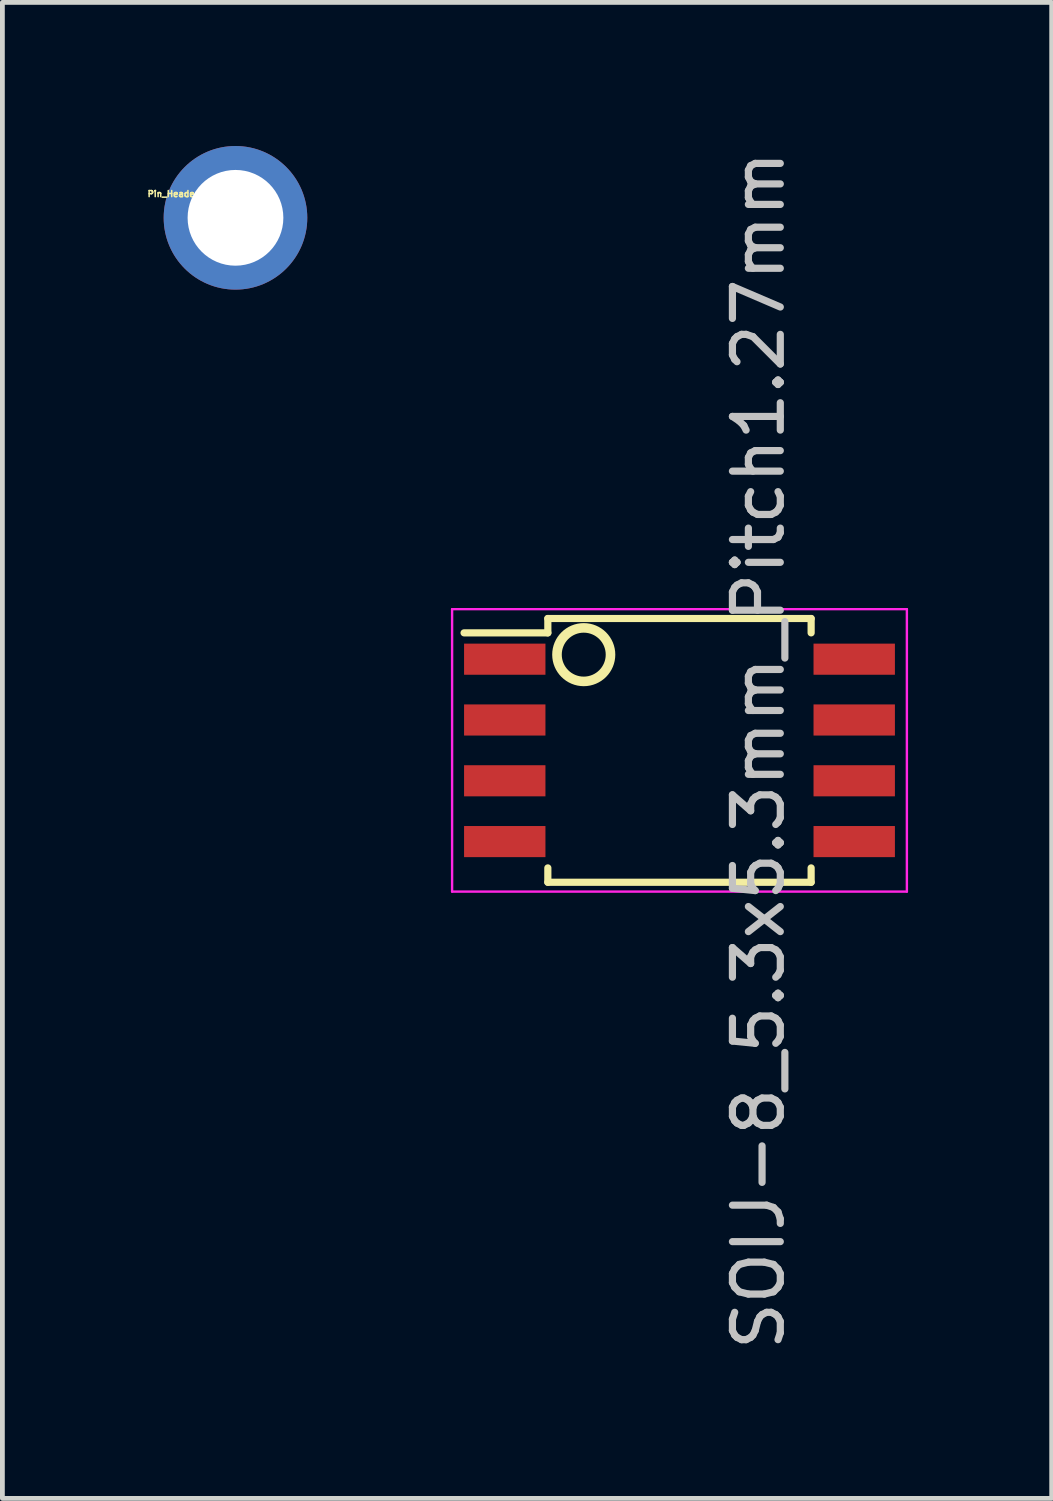
<source format=kicad_pcb>
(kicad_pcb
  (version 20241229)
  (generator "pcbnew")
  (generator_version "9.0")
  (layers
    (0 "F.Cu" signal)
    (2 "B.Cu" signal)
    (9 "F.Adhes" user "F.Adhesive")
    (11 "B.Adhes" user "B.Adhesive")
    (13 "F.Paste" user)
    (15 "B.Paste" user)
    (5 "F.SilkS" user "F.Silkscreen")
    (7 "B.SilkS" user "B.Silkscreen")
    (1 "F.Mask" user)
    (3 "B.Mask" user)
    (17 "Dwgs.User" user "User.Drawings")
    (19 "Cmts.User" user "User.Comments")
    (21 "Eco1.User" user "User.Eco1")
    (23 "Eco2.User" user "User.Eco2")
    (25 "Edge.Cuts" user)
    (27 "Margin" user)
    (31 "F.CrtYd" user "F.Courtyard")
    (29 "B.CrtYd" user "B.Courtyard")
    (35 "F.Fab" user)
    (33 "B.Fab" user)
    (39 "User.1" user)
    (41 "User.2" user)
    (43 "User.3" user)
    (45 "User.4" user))
  (footprint "SOIJ-8_5.3x5.3mm_Pitch1.27mm"
    (layer "F.Cu")
    (at 11.144 12.625)
    (property "Reference" "SOIJ-8_5.3x5.3mm_Pitch1.27mm" (at 1.651 0 90) (layer "Dwgs.User") (effects (font (size 1 1) (thickness 0.15))))
    (attr smd)
    (fp_line (start -2.75 -2.755) (end -2.75 -2.455) (stroke (width 0.15) (type solid)) (layer "F.SilkS"))
    (fp_line (start -2.75 -2.755) (end 2.75 -2.755) (stroke (width 0.15) (type solid)) (layer "F.SilkS"))
    (fp_line (start -2.75 -2.455) (end -4.5 -2.455) (stroke (width 0.15) (type solid)) (layer "F.SilkS"))
    (fp_line (start -2.75 2.755) (end -2.75 2.455) (stroke (width 0.15) (type solid)) (layer "F.SilkS"))
    (fp_line (start -2.75 2.755) (end 2.75 2.755) (stroke (width 0.15) (type solid)) (layer "F.SilkS"))
    (fp_line (start 2.75 -2.755) (end 2.75 -2.455) (stroke (width 0.15) (type solid)) (layer "F.SilkS"))
    (fp_line (start 2.75 2.755) (end 2.75 2.455) (stroke (width 0.15) (type solid)) (layer "F.SilkS"))
    (fp_circle (center -2 -2) (end -2.25 -2.5) (stroke (width 0.2) (type solid)) (fill no) (layer "F.SilkS"))
    (fp_line (start -4.75 -2.95) (end -4.75 2.95) (stroke (width 0.05) (type solid)) (layer "F.CrtYd"))
    (fp_line (start -4.75 -2.95) (end 4.75 -2.95) (stroke (width 0.05) (type solid)) (layer "F.CrtYd"))
    (fp_line (start -4.75 2.95) (end 4.75 2.95) (stroke (width 0.05) (type solid)) (layer "F.CrtYd"))
    (fp_line (start 4.75 -2.95) (end 4.75 2.95) (stroke (width 0.05) (type solid)) (layer "F.CrtYd"))
    (pad "1" smd rect (at -3.65 -1.905) (size 1.7 0.65) (layers "F.Cu" "F.Mask" "F.Paste"))
    (pad "2" smd rect (at -3.65 -0.635) (size 1.7 0.65) (layers "F.Cu" "F.Mask" "F.Paste"))
    (pad "3" smd rect (at -3.65 0.635) (size 1.7 0.65) (layers "F.Cu" "F.Mask" "F.Paste"))
    (pad "4" smd rect (at -3.65 1.905) (size 1.7 0.65) (layers "F.Cu" "F.Mask" "F.Paste"))
    (pad "5" smd rect (at 3.65 1.905) (size 1.7 0.65) (layers "F.Cu" "F.Mask" "F.Paste"))
    (pad "6" smd rect (at 3.65 0.635) (size 1.7 0.65) (layers "F.Cu" "F.Mask" "F.Paste"))
    (pad "7" smd rect (at 3.65 -0.635) (size 1.7 0.65) (layers "F.Cu" "F.Mask" "F.Paste"))
    (pad "8" smd rect (at 3.65 -1.905) (size 1.7 0.65) (layers "F.Cu" "F.Mask" "F.Paste")))
  (footprint "Pin_Header_Straight_1x01"
    (layer "F.Cu")
    (at 1.869 1.5)
    (property "Reference" "Pin_Header_Straight_1x01" (at -0.6 -0.5 0) (layer "F.SilkS") (effects (font (size 0.127 0.127) (thickness 0.032))))
    (attr through_hole)
    (pad "" thru_hole circle (at 0 0) (size 3 3) (drill 2) (layers "*.Cu" "*.Mask")))
  (gr_rect
    (start -3 -3)
    (end 18.919 28.25)
    (stroke (width 0.1) (type default))
    (fill no)
    (layer "Edge.Cuts")))
</source>
